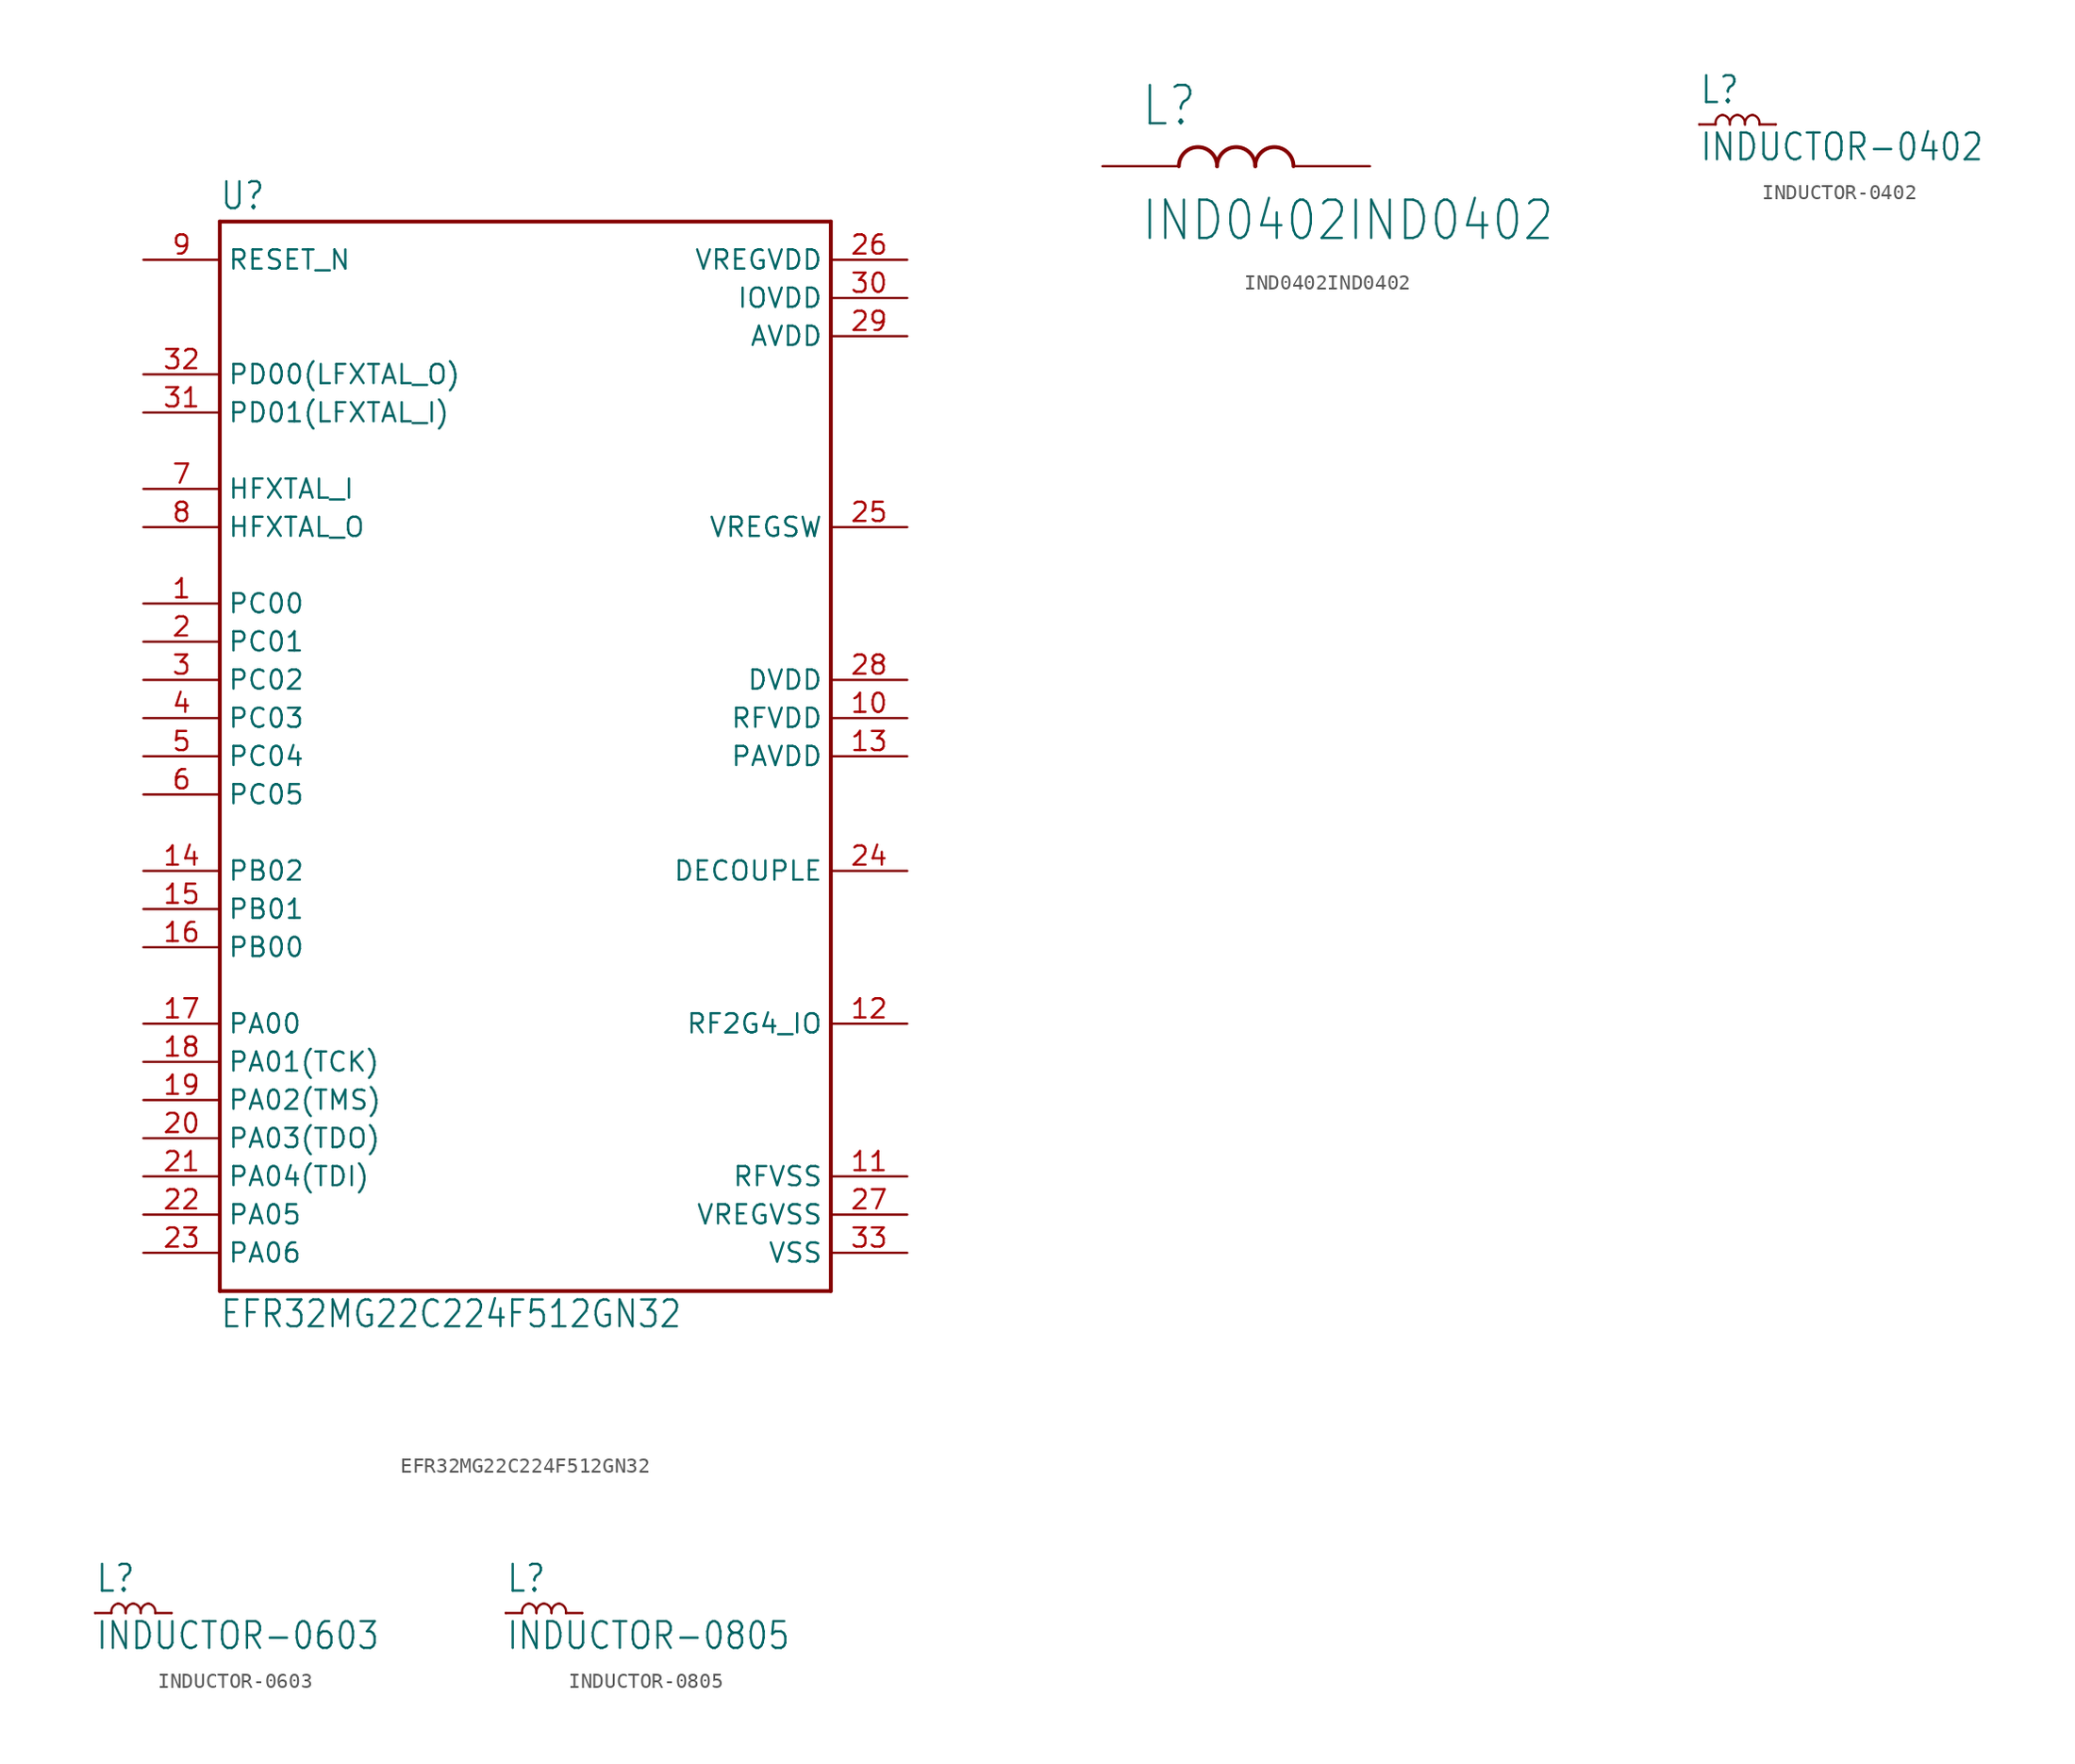
<source format=kicad_sym>
(kicad_symbol_lib
  (version 20211014)
  (generator kicad_symbol_editor)
  (symbol "EFR32MG22C224F512GN32"
    (property "Reference" "U"
      (at -20.342 36.235 0)
      (effects (font (size 1.78 1.513)) (justify left bottom)))
    (property "Value" "EFR32MG22C224F512GN32"
      (at -20.333 -38.124 0)
      (effects (font (size 1.779 1.512)) (justify left bottom)))
    (property "ki_locked" ""
      (at 0 0 0)
      (effects (font (size 1.27 1.27))))
    (symbol "EFR32MG22C224F512GN32_1_0"
      (polyline (pts (xy -20.32 -35.56) (xy -20.32 35.56)) (stroke (width 0.254) (type default) (color 0 0 0 0)) (fill (type none)))
      (polyline (pts (xy -20.32 35.56) (xy 20.32 35.56)) (stroke (width 0.254) (type default) (color 0 0 0 0)) (fill (type none)))
      (polyline (pts (xy 20.32 -35.56) (xy -20.32 -35.56)) (stroke (width 0.254) (type default) (color 0 0 0 0)) (fill (type none)))
      (polyline (pts (xy 20.32 35.56) (xy 20.32 -35.56)) (stroke (width 0.254) (type default) (color 0 0 0 0)) (fill (type none)))
      (pin bidirectional line (at -25.4 10.16 0) (length 5.08) (name "PC00" (effects (font (size 1.27 1.27)))) (number "1" (effects (font (size 1.27 1.27)))))
      (pin power_in line (at 25.4 2.54 180) (length 5.08) (name "RFVDD" (effects (font (size 1.27 1.27)))) (number "10" (effects (font (size 1.27 1.27)))))
      (pin power_in line (at 25.4 -27.94 180) (length 5.08) (name "RFVSS" (effects (font (size 1.27 1.27)))) (number "11" (effects (font (size 1.27 1.27)))))
      (pin bidirectional line (at 25.4 -17.78 180) (length 5.08) (name "RF2G4_IO" (effects (font (size 1.27 1.27)))) (number "12" (effects (font (size 1.27 1.27)))))
      (pin power_in line (at 25.4 0 180) (length 5.08) (name "PAVDD" (effects (font (size 1.27 1.27)))) (number "13" (effects (font (size 1.27 1.27)))))
      (pin bidirectional line (at -25.4 -7.62 0) (length 5.08) (name "PB02" (effects (font (size 1.27 1.27)))) (number "14" (effects (font (size 1.27 1.27)))))
      (pin bidirectional line (at -25.4 -10.16 0) (length 5.08) (name "PB01" (effects (font (size 1.27 1.27)))) (number "15" (effects (font (size 1.27 1.27)))))
      (pin bidirectional line (at -25.4 -12.7 0) (length 5.08) (name "PB00" (effects (font (size 1.27 1.27)))) (number "16" (effects (font (size 1.27 1.27)))))
      (pin bidirectional line (at -25.4 -17.78 0) (length 5.08) (name "PA00" (effects (font (size 1.27 1.27)))) (number "17" (effects (font (size 1.27 1.27)))))
      (pin bidirectional line (at -25.4 -20.32 0) (length 5.08) (name "PA01(TCK)" (effects (font (size 1.27 1.27)))) (number "18" (effects (font (size 1.27 1.27)))))
      (pin bidirectional line (at -25.4 -22.86 0) (length 5.08) (name "PA02(TMS)" (effects (font (size 1.27 1.27)))) (number "19" (effects (font (size 1.27 1.27)))))
      (pin bidirectional line (at -25.4 7.62 0) (length 5.08) (name "PC01" (effects (font (size 1.27 1.27)))) (number "2" (effects (font (size 1.27 1.27)))))
      (pin bidirectional line (at -25.4 -25.4 0) (length 5.08) (name "PA03(TDO)" (effects (font (size 1.27 1.27)))) (number "20" (effects (font (size 1.27 1.27)))))
      (pin bidirectional line (at -25.4 -27.94 0) (length 5.08) (name "PA04(TDI)" (effects (font (size 1.27 1.27)))) (number "21" (effects (font (size 1.27 1.27)))))
      (pin bidirectional line (at -25.4 -30.48 0) (length 5.08) (name "PA05" (effects (font (size 1.27 1.27)))) (number "22" (effects (font (size 1.27 1.27)))))
      (pin bidirectional line (at -25.4 -33.02 0) (length 5.08) (name "PA06" (effects (font (size 1.27 1.27)))) (number "23" (effects (font (size 1.27 1.27)))))
      (pin output line (at 25.4 -7.62 180) (length 5.08) (name "DECOUPLE" (effects (font (size 1.27 1.27)))) (number "24" (effects (font (size 1.27 1.27)))))
      (pin power_out line (at 25.4 15.24 180) (length 5.08) (name "VREGSW" (effects (font (size 1.27 1.27)))) (number "25" (effects (font (size 1.27 1.27)))))
      (pin power_in line (at 25.4 33.02 180) (length 5.08) (name "VREGVDD" (effects (font (size 1.27 1.27)))) (number "26" (effects (font (size 1.27 1.27)))))
      (pin power_in line (at 25.4 -30.48 180) (length 5.08) (name "VREGVSS" (effects (font (size 1.27 1.27)))) (number "27" (effects (font (size 1.27 1.27)))))
      (pin power_in line (at 25.4 5.08 180) (length 5.08) (name "DVDD" (effects (font (size 1.27 1.27)))) (number "28" (effects (font (size 1.27 1.27)))))
      (pin power_in line (at 25.4 27.94 180) (length 5.08) (name "AVDD" (effects (font (size 1.27 1.27)))) (number "29" (effects (font (size 1.27 1.27)))))
      (pin bidirectional line (at -25.4 5.08 0) (length 5.08) (name "PC02" (effects (font (size 1.27 1.27)))) (number "3" (effects (font (size 1.27 1.27)))))
      (pin power_in line (at 25.4 30.48 180) (length 5.08) (name "IOVDD" (effects (font (size 1.27 1.27)))) (number "30" (effects (font (size 1.27 1.27)))))
      (pin bidirectional line (at -25.4 22.86 0) (length 5.08) (name "PD01(LFXTAL_I)" (effects (font (size 1.27 1.27)))) (number "31" (effects (font (size 1.27 1.27)))))
      (pin bidirectional line (at -25.4 25.4 0) (length 5.08) (name "PD00(LFXTAL_O)" (effects (font (size 1.27 1.27)))) (number "32" (effects (font (size 1.27 1.27)))))
      (pin power_in line (at 25.4 -33.02 180) (length 5.08) (name "VSS" (effects (font (size 1.27 1.27)))) (number "33" (effects (font (size 1.27 1.27)))))
      (pin bidirectional line (at -25.4 2.54 0) (length 5.08) (name "PC03" (effects (font (size 1.27 1.27)))) (number "4" (effects (font (size 1.27 1.27)))))
      (pin bidirectional line (at -25.4 0 0) (length 5.08) (name "PC04" (effects (font (size 1.27 1.27)))) (number "5" (effects (font (size 1.27 1.27)))))
      (pin bidirectional line (at -25.4 -2.54 0) (length 5.08) (name "PC05" (effects (font (size 1.27 1.27)))) (number "6" (effects (font (size 1.27 1.27)))))
      (pin input line (at -25.4 17.78 0) (length 5.08) (name "HFXTAL_I" (effects (font (size 1.27 1.27)))) (number "7" (effects (font (size 1.27 1.27)))))
      (pin output line (at -25.4 15.24 0) (length 5.08) (name "HFXTAL_O" (effects (font (size 1.27 1.27)))) (number "8" (effects (font (size 1.27 1.27)))))
      (pin input line (at -25.4 33.02 0) (length 5.08) (name "RESET_N" (effects (font (size 1.27 1.27)))) (number "9" (effects (font (size 1.27 1.27)))))))
  (symbol "IND0402IND0402"
    (property "Reference" "L"
      (at -7.624 2.541 0)
      (effects (font (size 2.541 2.16)) (justify left bottom)))
    (property "Value" "IND0402IND0402"
      (at -7.63 -5.087 0)
      (effects (font (size 2.543 2.162)) (justify left bottom)))
    (property "ki_locked" ""
      (at 0 0 0)
      (effects (font (size 1.27 1.27))))
    (symbol "IND0402IND0402_1_0"
      (arc (start -2.54 0) (mid -3.81 1.27) (end -5.08 0) (stroke (width 0.254) (type default) (color 0 0 0 0)) (fill (type none)))
      (arc (start 0 0) (mid -1.27 1.27) (end -2.54 0) (stroke (width 0.254) (type default) (color 0 0 0 0)) (fill (type none)))
      (arc (start 2.54 0) (mid 1.27 1.27) (end 0 0) (stroke (width 0.254) (type default) (color 0 0 0 0)) (fill (type none)))
      (pin passive line (at -10.16 0 0) (length 5.08) (name "1" (effects (font (size 0 0)))) (number "1" (effects (font (size 0 0)))))
      (pin passive line (at 7.62 0 180) (length 5.08) (name "2" (effects (font (size 0 0)))) (number "2" (effects (font (size 0 0)))))))
  (symbol "INDUCTOR-0402"
    (property "Reference" "L"
      (at -2.54 1.27 0)
      (effects (font (size 1.778 1.511)) (justify left bottom)))
    (property "Value" "INDUCTOR-0402"
      (at -2.54 -2.54 0)
      (effects (font (size 1.778 1.511)) (justify left bottom)))
    (property "ki_locked" ""
      (at 0 0 0)
      (effects (font (size 1.27 1.27))))
    (symbol "INDUCTOR-0402_1_0"
      (arc (start -1.0033 0.635) (mid -1.3602 0.4109) (end -1.4541 0) (stroke (width 0.1524) (type default) (color 0 0 0 0)) (fill (type none)))
      (arc (start -0.5016 0) (mid -0.621 0.4214) (end -1.0033 0.635) (stroke (width 0.1524) (type default) (color 0 0 0 0)) (fill (type none)))
      (polyline (pts (xy -2.54 0) (xy -1.454 0)) (stroke (width 0.152) (type default) (color 0 0 0 0)) (fill (type none)))
      (polyline (pts (xy 1.454 0) (xy 2.54 0)) (stroke (width 0.152) (type default) (color 0 0 0 0)) (fill (type none)))
      (arc (start 0 0.635) (mid -0.3822 0.4213) (end -0.5016 0) (stroke (width 0.1524) (type default) (color 0 0 0 0)) (fill (type none)))
      (arc (start 0.5016 0) (mid 0.3823 0.4213) (end 0 0.635) (stroke (width 0.1524) (type default) (color 0 0 0 0)) (fill (type none)))
      (arc (start 1.0033 0.635) (mid 0.621 0.4214) (end 0.5016 0) (stroke (width 0.1524) (type default) (color 0 0 0 0)) (fill (type none)))
      (arc (start 1.4541 0) (mid 1.3602 0.4109) (end 1.0033 0.635) (stroke (width 0.1524) (type default) (color 0 0 0 0)) (fill (type none)))
      (pin passive line (at -2.54 0 0) (length 0) (name "1" (effects (font (size 0 0)))) (number "1" (effects (font (size 0 0)))))
      (pin passive line (at 2.54 0 180) (length 0) (name "2" (effects (font (size 0 0)))) (number "2" (effects (font (size 0 0)))))))
  (symbol "INDUCTOR-0603"
    (property "Reference" "L"
      (at -2.54 1.27 0)
      (effects (font (size 1.778 1.511)) (justify left bottom)))
    (property "Value" "INDUCTOR-0603"
      (at -2.54 -2.54 0)
      (effects (font (size 1.778 1.511)) (justify left bottom)))
    (property "ki_locked" ""
      (at 0 0 0)
      (effects (font (size 1.27 1.27))))
    (symbol "INDUCTOR-0603_1_0"
      (arc (start -1.0033 0.635) (mid -1.3602 0.4109) (end -1.4541 0) (stroke (width 0.1524) (type default) (color 0 0 0 0)) (fill (type none)))
      (arc (start -0.5016 0) (mid -0.621 0.4214) (end -1.0033 0.635) (stroke (width 0.1524) (type default) (color 0 0 0 0)) (fill (type none)))
      (polyline (pts (xy -2.54 0) (xy -1.454 0)) (stroke (width 0.152) (type default) (color 0 0 0 0)) (fill (type none)))
      (polyline (pts (xy 1.454 0) (xy 2.54 0)) (stroke (width 0.152) (type default) (color 0 0 0 0)) (fill (type none)))
      (arc (start 0 0.635) (mid -0.3822 0.4213) (end -0.5016 0) (stroke (width 0.1524) (type default) (color 0 0 0 0)) (fill (type none)))
      (arc (start 0.5016 0) (mid 0.3823 0.4213) (end 0 0.635) (stroke (width 0.1524) (type default) (color 0 0 0 0)) (fill (type none)))
      (arc (start 1.0033 0.635) (mid 0.621 0.4214) (end 0.5016 0) (stroke (width 0.1524) (type default) (color 0 0 0 0)) (fill (type none)))
      (arc (start 1.4541 0) (mid 1.3602 0.4109) (end 1.0033 0.635) (stroke (width 0.1524) (type default) (color 0 0 0 0)) (fill (type none)))
      (pin passive line (at -2.54 0 0) (length 0) (name "1" (effects (font (size 0 0)))) (number "1" (effects (font (size 0 0)))))
      (pin passive line (at 2.54 0 180) (length 0) (name "2" (effects (font (size 0 0)))) (number "2" (effects (font (size 0 0)))))))
  (symbol "INDUCTOR-0805"
    (property "Reference" "L"
      (at -2.54 1.27 0)
      (effects (font (size 1.778 1.511)) (justify left bottom)))
    (property "Value" "INDUCTOR-0805"
      (at -2.54 -2.54 0)
      (effects (font (size 1.778 1.511)) (justify left bottom)))
    (property "ki_locked" ""
      (at 0 0 0)
      (effects (font (size 1.27 1.27))))
    (symbol "INDUCTOR-0805_1_0"
      (arc (start -1.0033 0.635) (mid -1.3602 0.4109) (end -1.4541 0) (stroke (width 0.1524) (type default) (color 0 0 0 0)) (fill (type none)))
      (arc (start -0.5016 0) (mid -0.621 0.4214) (end -1.0033 0.635) (stroke (width 0.1524) (type default) (color 0 0 0 0)) (fill (type none)))
      (polyline (pts (xy -2.54 0) (xy -1.454 0)) (stroke (width 0.152) (type default) (color 0 0 0 0)) (fill (type none)))
      (polyline (pts (xy 1.454 0) (xy 2.54 0)) (stroke (width 0.152) (type default) (color 0 0 0 0)) (fill (type none)))
      (arc (start 0 0.635) (mid -0.3822 0.4213) (end -0.5016 0) (stroke (width 0.1524) (type default) (color 0 0 0 0)) (fill (type none)))
      (arc (start 0.5016 0) (mid 0.3823 0.4213) (end 0 0.635) (stroke (width 0.1524) (type default) (color 0 0 0 0)) (fill (type none)))
      (arc (start 1.0033 0.635) (mid 0.621 0.4214) (end 0.5016 0) (stroke (width 0.1524) (type default) (color 0 0 0 0)) (fill (type none)))
      (arc (start 1.4541 0) (mid 1.3602 0.4109) (end 1.0033 0.635) (stroke (width 0.1524) (type default) (color 0 0 0 0)) (fill (type none)))
      (pin passive line (at -2.54 0 0) (length 0) (name "1" (effects (font (size 0 0)))) (number "1" (effects (font (size 0 0)))))
      (pin passive line (at 2.54 0 180) (length 0) (name "2" (effects (font (size 0 0)))) (number "2" (effects (font (size 0 0))))))))
</source>
